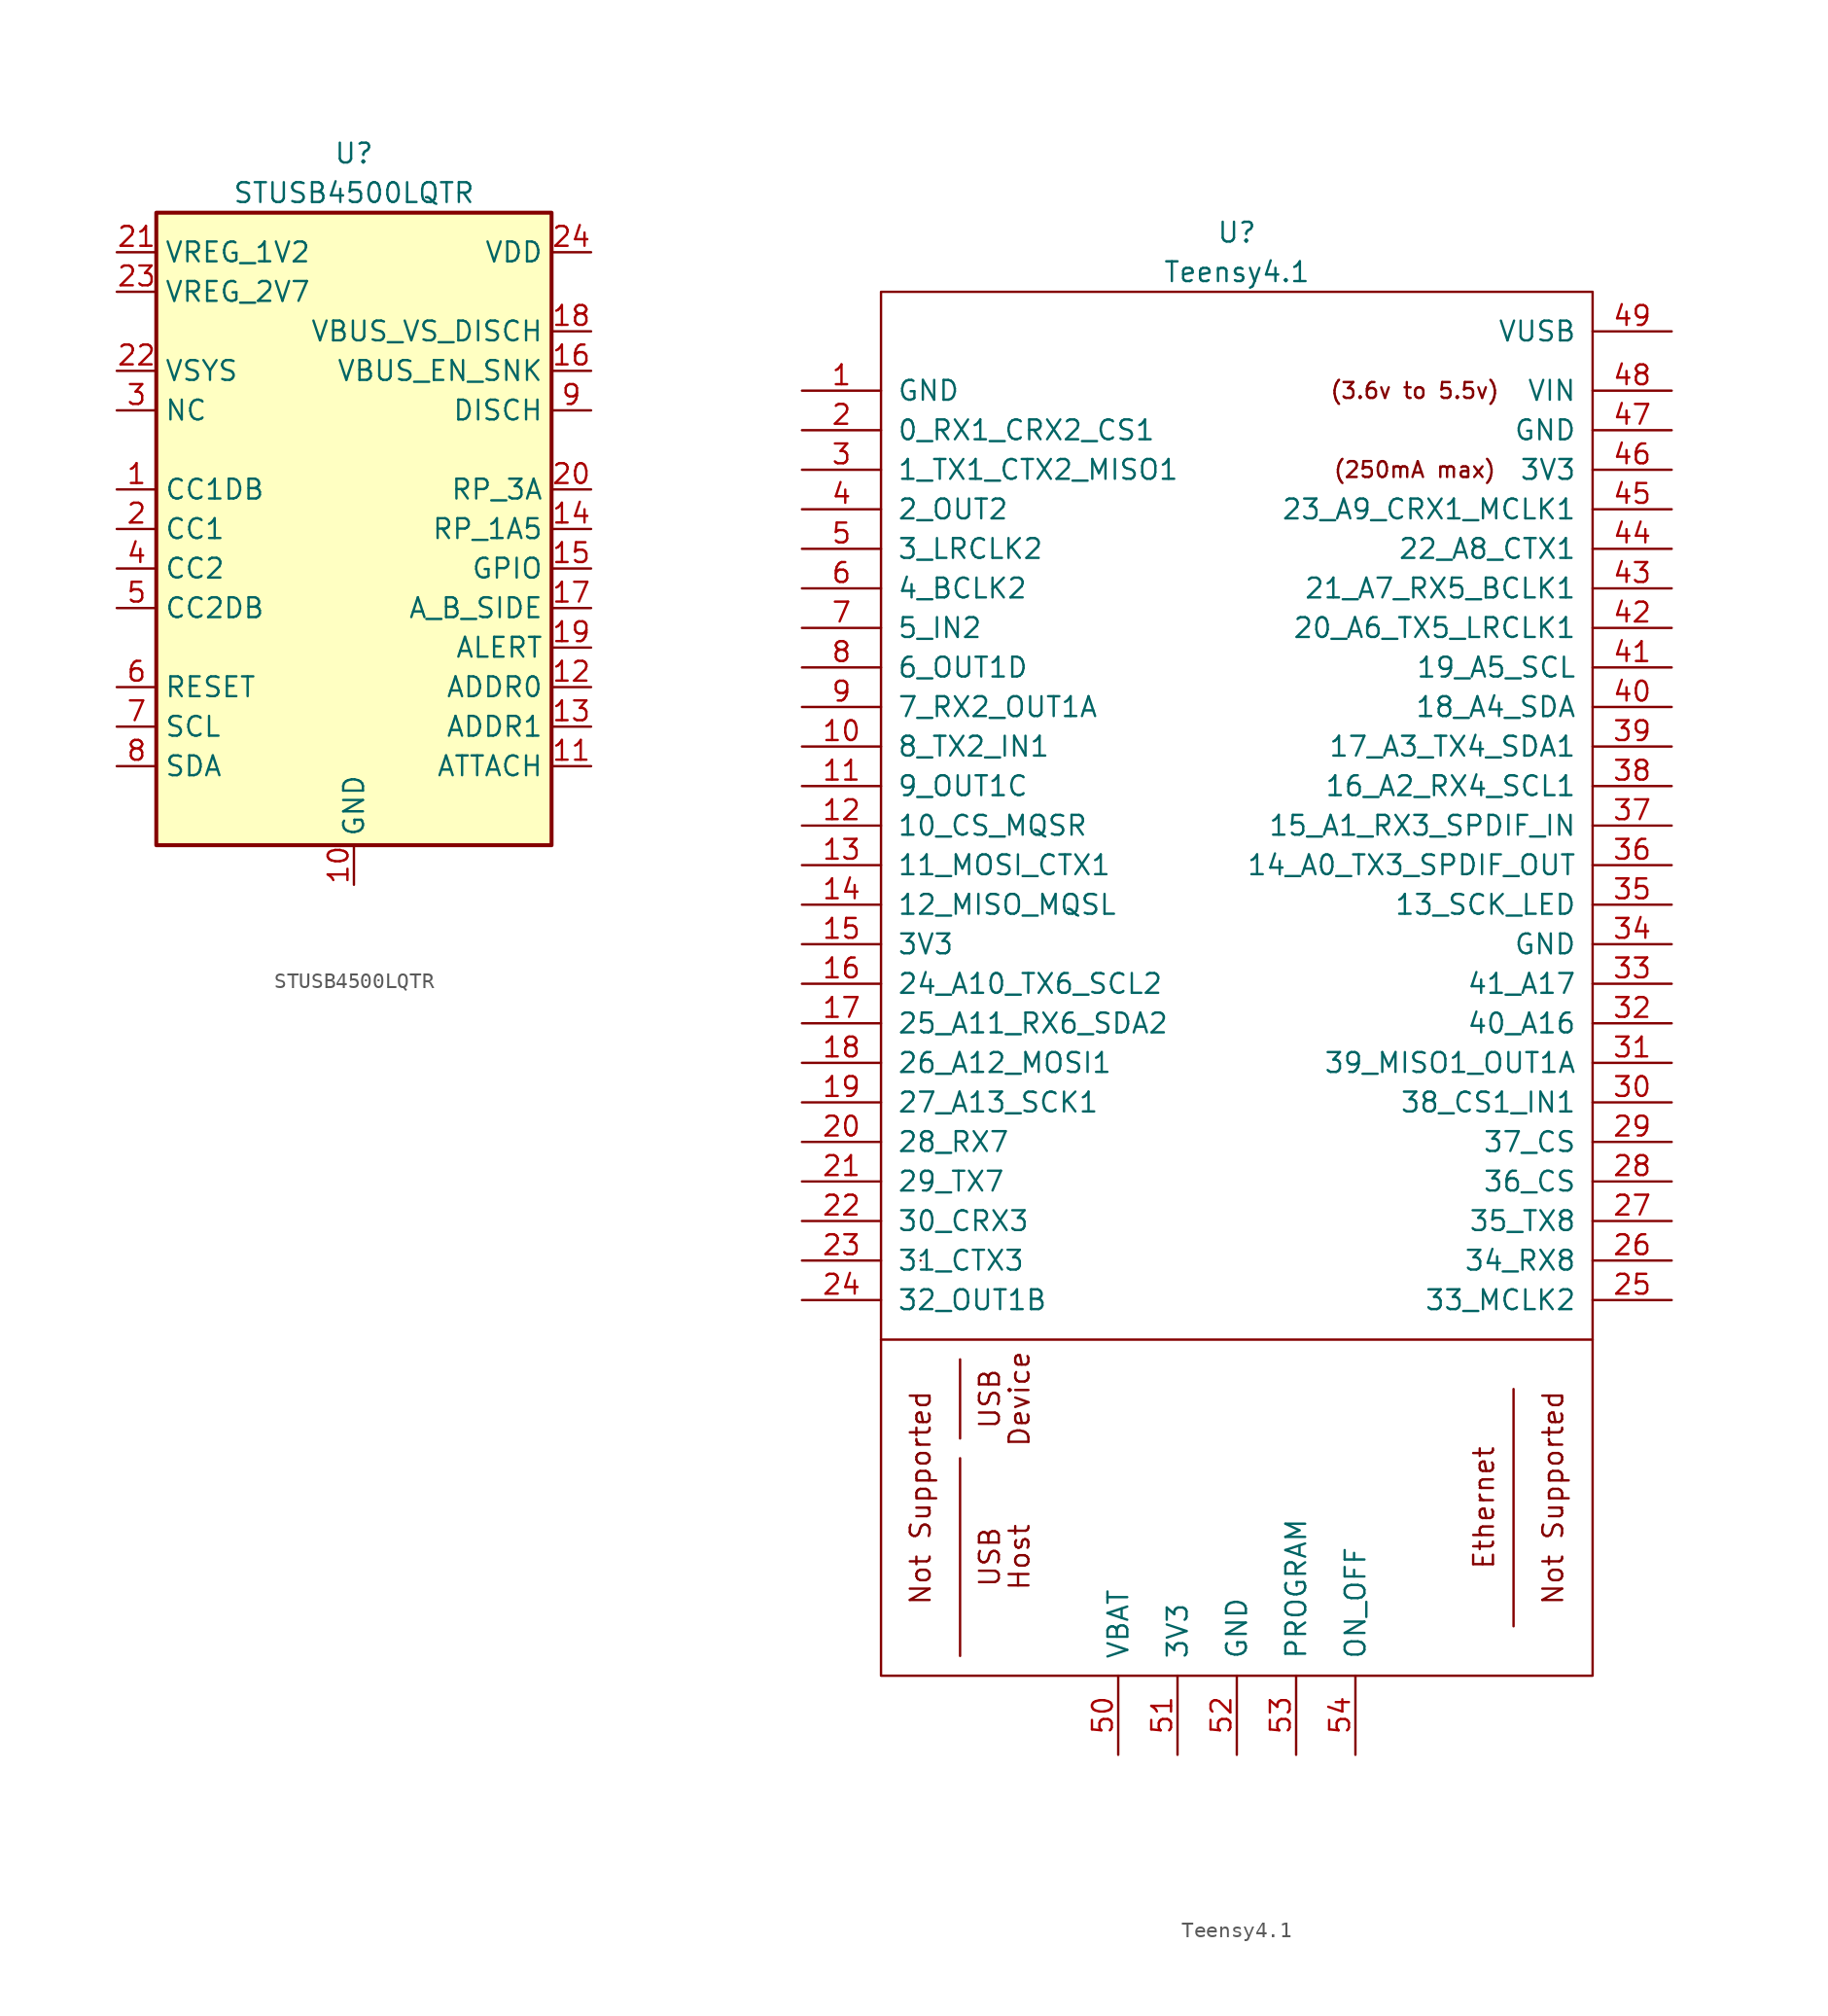
<source format=kicad_sym>
(kicad_symbol_lib
  (version 20211014)
  (generator kicad_symbol_editor)
  (symbol "STUSB4500LQTR"
    (property "Reference" "U"
      (at 0 24.13 0)
      (effects (font (size 1.27 1.27))))
    (property "Value" "STUSB4500LQTR"
      (at 0 21.59 0)
      (effects (font (size 1.27 1.27))))
    (symbol "STUSB4500LQTR_0_1"
      (rectangle (start -12.7 20.32) (end 12.7 -20.32) (stroke (width 0.254) (type default) (color 0 0 0 0)) (fill (type background))))
    (symbol "STUSB4500LQTR_1_1"
      (pin bidirectional line (at -15.24 2.54 0) (length 2.54) (name "CC1DB" (effects (font (size 1.27 1.27)))) (number "1" (effects (font (size 1.27 1.27)))))
      (pin power_in line (at 0 -22.86 90) (length 2.54) (name "GND" (effects (font (size 1.27 1.27)))) (number "10" (effects (font (size 1.27 1.27)))))
      (pin open_collector line (at 15.24 -15.24 180) (length 2.54) (name "ATTACH" (effects (font (size 1.27 1.27)))) (number "11" (effects (font (size 1.27 1.27)))))
      (pin input line (at 15.24 -10.16 180) (length 2.54) (name "ADDR0" (effects (font (size 1.27 1.27)))) (number "12" (effects (font (size 1.27 1.27)))))
      (pin input line (at 15.24 -12.7 180) (length 2.54) (name "ADDR1" (effects (font (size 1.27 1.27)))) (number "13" (effects (font (size 1.27 1.27)))))
      (pin open_collector line (at 15.24 0 180) (length 2.54) (name "RP_1A5" (effects (font (size 1.27 1.27)))) (number "14" (effects (font (size 1.27 1.27)))))
      (pin open_collector line (at 15.24 -2.54 180) (length 2.54) (name "GPIO" (effects (font (size 1.27 1.27)))) (number "15" (effects (font (size 1.27 1.27)))))
      (pin open_collector line (at 15.24 10.16 180) (length 2.54) (name "VBUS_EN_SNK" (effects (font (size 1.27 1.27)))) (number "16" (effects (font (size 1.27 1.27)))))
      (pin open_collector line (at 15.24 -5.08 180) (length 2.54) (name "A_B_SIDE" (effects (font (size 1.27 1.27)))) (number "17" (effects (font (size 1.27 1.27)))))
      (pin input line (at 15.24 12.7 180) (length 2.54) (name "VBUS_VS_DISCH" (effects (font (size 1.27 1.27)))) (number "18" (effects (font (size 1.27 1.27)))))
      (pin open_collector line (at 15.24 -7.62 180) (length 2.54) (name "ALERT" (effects (font (size 1.27 1.27)))) (number "19" (effects (font (size 1.27 1.27)))))
      (pin bidirectional line (at -15.24 0 0) (length 2.54) (name "CC1" (effects (font (size 1.27 1.27)))) (number "2" (effects (font (size 1.27 1.27)))))
      (pin open_collector line (at 15.24 2.54 180) (length 2.54) (name "RP_3A" (effects (font (size 1.27 1.27)))) (number "20" (effects (font (size 1.27 1.27)))))
      (pin power_out line (at -15.24 17.78 0) (length 2.54) (name "VREG_1V2" (effects (font (size 1.27 1.27)))) (number "21" (effects (font (size 1.27 1.27)))))
      (pin power_in line (at -15.24 10.16 0) (length 2.54) (name "VSYS" (effects (font (size 1.27 1.27)))) (number "22" (effects (font (size 1.27 1.27)))))
      (pin power_out line (at -15.24 15.24 0) (length 2.54) (name "VREG_2V7" (effects (font (size 1.27 1.27)))) (number "23" (effects (font (size 1.27 1.27)))))
      (pin power_in line (at 15.24 17.78 180) (length 2.54) (name "VDD" (effects (font (size 1.27 1.27)))) (number "24" (effects (font (size 1.27 1.27)))))
      (pin passive line (at 0 -22.86 90) (length 2.54) hide (name "GND" (effects (font (size 1.27 1.27)))) (number "25" (effects (font (size 1.27 1.27)))))
      (pin input line (at -15.24 7.62 0) (length 2.54) (name "NC" (effects (font (size 1.27 1.27)))) (number "3" (effects (font (size 1.27 1.27)))))
      (pin bidirectional line (at -15.24 -2.54 0) (length 2.54) (name "CC2" (effects (font (size 1.27 1.27)))) (number "4" (effects (font (size 1.27 1.27)))))
      (pin bidirectional line (at -15.24 -5.08 0) (length 2.54) (name "CC2DB" (effects (font (size 1.27 1.27)))) (number "5" (effects (font (size 1.27 1.27)))))
      (pin input line (at -15.24 -10.16 0) (length 2.54) (name "RESET" (effects (font (size 1.27 1.27)))) (number "6" (effects (font (size 1.27 1.27)))))
      (pin input line (at -15.24 -12.7 0) (length 2.54) (name "SCL" (effects (font (size 1.27 1.27)))) (number "7" (effects (font (size 1.27 1.27)))))
      (pin bidirectional line (at -15.24 -15.24 0) (length 2.54) (name "SDA" (effects (font (size 1.27 1.27)))) (number "8" (effects (font (size 1.27 1.27)))))
      (pin bidirectional line (at 15.24 7.62 180) (length 2.54) (name "DISCH" (effects (font (size 1.27 1.27)))) (number "9" (effects (font (size 1.27 1.27)))))))
  (symbol "Teensy4.1"
    (pin_names
      (offset 1.016))
    (property "Reference" "U"
      (at 0 64.77 0)
      (effects (font (size 1.27 1.27))))
    (property "Value" "Teensy4.1"
      (at 0 62.23 0)
      (effects (font (size 1.27 1.27))))
    (symbol "Teensy4.1_0_0"
      (polyline (pts (xy -22.86 -6.35) (xy 22.86 -6.35)) (stroke (width 0) (type default) (color 0 0 0 0)) (fill (type none)))
      (polyline (pts (xy -17.78 -26.67) (xy -17.78 -13.97)) (stroke (width 0) (type default) (color 0 0 0 0)) (fill (type none)))
      (polyline (pts (xy -17.78 -7.62) (xy -17.78 -12.7)) (stroke (width 0) (type default) (color 0 0 0 0)) (fill (type none)))
      (polyline (pts (xy 17.78 -9.525) (xy 17.78 -24.765)) (stroke (width 0) (type default) (color 0 0 0 0)) (fill (type none)))
      (text "(250mA max)" (at 11.43 49.53 0) (effects (font (size 1.016 1.016))))
      (text "(3.6v to 5.5v)" (at 11.43 54.61 0) (effects (font (size 1.016 1.016))))
      (text "Device" (at -13.97 -10.16 900) (effects (font (size 1.27 1.27))))
      (text "Ethernet" (at 15.875 -17.145 900) (effects (font (size 1.27 1.27))))
      (text "Host" (at -13.97 -20.32 900) (effects (font (size 1.27 1.27))))
      (text "Not Supported" (at -20.32 -16.51 900) (effects (font (size 1.27 1.27))))
      (text "Not Supported" (at 20.32 -16.51 900) (effects (font (size 1.27 1.27))))
      (text "USB" (at -15.875 -20.32 900) (effects (font (size 1.27 1.27))))
      (text "USB" (at -15.875 -10.16 900) (effects (font (size 1.27 1.27))))
      (pin bidirectional line (at -27.94 31.75 0) (length 5.08) (name "8_TX2_IN1" (effects (font (size 1.27 1.27)))) (number "10" (effects (font (size 1.27 1.27)))))
      (pin bidirectional line (at -27.94 29.21 0) (length 5.08) (name "9_OUT1C" (effects (font (size 1.27 1.27)))) (number "11" (effects (font (size 1.27 1.27)))))
      (pin bidirectional line (at -27.94 26.67 0) (length 5.08) (name "10_CS_MQSR" (effects (font (size 1.27 1.27)))) (number "12" (effects (font (size 1.27 1.27)))))
      (pin bidirectional line (at -27.94 24.13 0) (length 5.08) (name "11_MOSI_CTX1" (effects (font (size 1.27 1.27)))) (number "13" (effects (font (size 1.27 1.27)))))
      (pin bidirectional line (at -27.94 21.59 0) (length 5.08) (name "12_MISO_MQSL" (effects (font (size 1.27 1.27)))) (number "14" (effects (font (size 1.27 1.27)))))
      (pin power_in line (at -27.94 19.05 0) (length 5.08) (name "3V3" (effects (font (size 1.27 1.27)))) (number "15" (effects (font (size 1.27 1.27)))))
      (pin bidirectional line (at -27.94 16.51 0) (length 5.08) (name "24_A10_TX6_SCL2" (effects (font (size 1.27 1.27)))) (number "16" (effects (font (size 1.27 1.27)))))
      (pin bidirectional line (at -27.94 13.97 0) (length 5.08) (name "25_A11_RX6_SDA2" (effects (font (size 1.27 1.27)))) (number "17" (effects (font (size 1.27 1.27)))))
      (pin bidirectional line (at -27.94 11.43 0) (length 5.08) (name "26_A12_MOSI1" (effects (font (size 1.27 1.27)))) (number "18" (effects (font (size 1.27 1.27)))))
      (pin bidirectional line (at -27.94 8.89 0) (length 5.08) (name "27_A13_SCK1" (effects (font (size 1.27 1.27)))) (number "19" (effects (font (size 1.27 1.27)))))
      (pin bidirectional line (at -27.94 6.35 0) (length 5.08) (name "28_RX7" (effects (font (size 1.27 1.27)))) (number "20" (effects (font (size 1.27 1.27)))))
      (pin bidirectional line (at -27.94 3.81 0) (length 5.08) (name "29_TX7" (effects (font (size 1.27 1.27)))) (number "21" (effects (font (size 1.27 1.27)))))
      (pin bidirectional line (at -27.94 1.27 0) (length 5.08) (name "30_CRX3" (effects (font (size 1.27 1.27)))) (number "22" (effects (font (size 1.27 1.27)))))
      (pin bidirectional line (at -27.94 -1.27 0) (length 5.08) (name "31_CTX3" (effects (font (size 1.27 1.27)))) (number "23" (effects (font (size 1.27 1.27)))))
      (pin bidirectional line (at -27.94 -3.81 0) (length 5.08) (name "32_OUT1B" (effects (font (size 1.27 1.27)))) (number "24" (effects (font (size 1.27 1.27)))))
      (pin bidirectional line (at 27.94 -3.81 180) (length 5.08) (name "33_MCLK2" (effects (font (size 1.27 1.27)))) (number "25" (effects (font (size 1.27 1.27)))))
      (pin bidirectional line (at 27.94 -1.27 180) (length 5.08) (name "34_RX8" (effects (font (size 1.27 1.27)))) (number "26" (effects (font (size 1.27 1.27)))))
      (pin bidirectional line (at 27.94 1.27 180) (length 5.08) (name "35_TX8" (effects (font (size 1.27 1.27)))) (number "27" (effects (font (size 1.27 1.27)))))
      (pin bidirectional line (at 27.94 3.81 180) (length 5.08) (name "36_CS" (effects (font (size 1.27 1.27)))) (number "28" (effects (font (size 1.27 1.27)))))
      (pin bidirectional line (at 27.94 6.35 180) (length 5.08) (name "37_CS" (effects (font (size 1.27 1.27)))) (number "29" (effects (font (size 1.27 1.27)))))
      (pin bidirectional line (at 27.94 8.89 180) (length 5.08) (name "38_CS1_IN1" (effects (font (size 1.27 1.27)))) (number "30" (effects (font (size 1.27 1.27)))))
      (pin bidirectional line (at 27.94 11.43 180) (length 5.08) (name "39_MISO1_OUT1A" (effects (font (size 1.27 1.27)))) (number "31" (effects (font (size 1.27 1.27)))))
      (pin bidirectional line (at 27.94 13.97 180) (length 5.08) (name "40_A16" (effects (font (size 1.27 1.27)))) (number "32" (effects (font (size 1.27 1.27)))))
      (pin bidirectional line (at 27.94 16.51 180) (length 5.08) (name "41_A17" (effects (font (size 1.27 1.27)))) (number "33" (effects (font (size 1.27 1.27)))))
      (pin bidirectional line (at 27.94 21.59 180) (length 5.08) (name "13_SCK_LED" (effects (font (size 1.27 1.27)))) (number "35" (effects (font (size 1.27 1.27)))))
      (pin bidirectional line (at 27.94 24.13 180) (length 5.08) (name "14_A0_TX3_SPDIF_OUT" (effects (font (size 1.27 1.27)))) (number "36" (effects (font (size 1.27 1.27)))))
      (pin bidirectional line (at 27.94 26.67 180) (length 5.08) (name "15_A1_RX3_SPDIF_IN" (effects (font (size 1.27 1.27)))) (number "37" (effects (font (size 1.27 1.27)))))
      (pin bidirectional line (at 27.94 29.21 180) (length 5.08) (name "16_A2_RX4_SCL1" (effects (font (size 1.27 1.27)))) (number "38" (effects (font (size 1.27 1.27)))))
      (pin bidirectional line (at 27.94 31.75 180) (length 5.08) (name "17_A3_TX4_SDA1" (effects (font (size 1.27 1.27)))) (number "39" (effects (font (size 1.27 1.27)))))
      (pin bidirectional line (at 27.94 34.29 180) (length 5.08) (name "18_A4_SDA" (effects (font (size 1.27 1.27)))) (number "40" (effects (font (size 1.27 1.27)))))
      (pin bidirectional line (at 27.94 36.83 180) (length 5.08) (name "19_A5_SCL" (effects (font (size 1.27 1.27)))) (number "41" (effects (font (size 1.27 1.27)))))
      (pin bidirectional line (at 27.94 39.37 180) (length 5.08) (name "20_A6_TX5_LRCLK1" (effects (font (size 1.27 1.27)))) (number "42" (effects (font (size 1.27 1.27)))))
      (pin bidirectional line (at 27.94 41.91 180) (length 5.08) (name "21_A7_RX5_BCLK1" (effects (font (size 1.27 1.27)))) (number "43" (effects (font (size 1.27 1.27)))))
      (pin bidirectional line (at 27.94 44.45 180) (length 5.08) (name "22_A8_CTX1" (effects (font (size 1.27 1.27)))) (number "44" (effects (font (size 1.27 1.27)))))
      (pin bidirectional line (at 27.94 46.99 180) (length 5.08) (name "23_A9_CRX1_MCLK1" (effects (font (size 1.27 1.27)))) (number "45" (effects (font (size 1.27 1.27)))))
      (pin power_in line (at 27.94 49.53 180) (length 5.08) (name "3V3" (effects (font (size 1.27 1.27)))) (number "46" (effects (font (size 1.27 1.27)))))
      (pin power_in line (at 27.94 52.07 180) (length 5.08) (name "GND" (effects (font (size 1.27 1.27)))) (number "47" (effects (font (size 1.27 1.27)))))
      (pin power_in line (at 27.94 54.61 180) (length 5.08) (name "VIN" (effects (font (size 1.27 1.27)))) (number "48" (effects (font (size 1.27 1.27)))))
      (pin power_out line (at 27.94 58.42 180) (length 5.08) (name "VUSB" (effects (font (size 1.27 1.27)))) (number "49" (effects (font (size 1.27 1.27)))))
      (pin bidirectional line (at -27.94 44.45 0) (length 5.08) (name "3_LRCLK2" (effects (font (size 1.27 1.27)))) (number "5" (effects (font (size 1.27 1.27)))))
      (pin power_in line (at -7.62 -33.02 90) (length 5.08) (name "VBAT" (effects (font (size 1.27 1.27)))) (number "50" (effects (font (size 1.27 1.27)))))
      (pin power_in line (at -3.81 -33.02 90) (length 5.08) (name "3V3" (effects (font (size 1.27 1.27)))) (number "51" (effects (font (size 1.27 1.27)))))
      (pin power_out line (at 0 -33.02 90) (length 5.08) (name "GND" (effects (font (size 1.27 1.27)))) (number "52" (effects (font (size 1.27 1.27)))))
      (pin input line (at 3.81 -33.02 90) (length 5.08) (name "PROGRAM" (effects (font (size 1.27 1.27)))) (number "53" (effects (font (size 1.27 1.27)))))
      (pin input line (at 7.62 -33.02 90) (length 5.08) (name "ON_OFF" (effects (font (size 1.27 1.27)))) (number "54" (effects (font (size 1.27 1.27)))))
      (pin bidirectional line (at -27.94 41.91 0) (length 5.08) (name "4_BCLK2" (effects (font (size 1.27 1.27)))) (number "6" (effects (font (size 1.27 1.27)))))
      (pin bidirectional line (at -27.94 39.37 0) (length 5.08) (name "5_IN2" (effects (font (size 1.27 1.27)))) (number "7" (effects (font (size 1.27 1.27)))))
      (pin bidirectional line (at -27.94 36.83 0) (length 5.08) (name "6_OUT1D" (effects (font (size 1.27 1.27)))) (number "8" (effects (font (size 1.27 1.27)))))
      (pin bidirectional line (at -27.94 34.29 0) (length 5.08) (name "7_RX2_OUT1A" (effects (font (size 1.27 1.27)))) (number "9" (effects (font (size 1.27 1.27))))))
    (symbol "Teensy4.1_0_1"
      (rectangle (start -22.86 60.96) (end 22.86 -27.94) (stroke (width 0) (type default) (color 0 0 0 0)) (fill (type none)))
      (rectangle (start -20.32 -1.27) (end -20.32 -1.27) (stroke (width 0) (type default) (color 0 0 0 0)) (fill (type none))))
    (symbol "Teensy4.1_1_1"
      (pin power_in line (at -27.94 54.61 0) (length 5.08) (name "GND" (effects (font (size 1.27 1.27)))) (number "1" (effects (font (size 1.27 1.27)))))
      (pin bidirectional line (at -27.94 52.07 0) (length 5.08) (name "0_RX1_CRX2_CS1" (effects (font (size 1.27 1.27)))) (number "2" (effects (font (size 1.27 1.27)))))
      (pin bidirectional line (at -27.94 49.53 0) (length 5.08) (name "1_TX1_CTX2_MISO1" (effects (font (size 1.27 1.27)))) (number "3" (effects (font (size 1.27 1.27)))))
      (pin power_in line (at 27.94 19.05 180) (length 5.08) (name "GND" (effects (font (size 1.27 1.27)))) (number "34" (effects (font (size 1.27 1.27)))))
      (pin bidirectional line (at -27.94 46.99 0) (length 5.08) (name "2_OUT2" (effects (font (size 1.27 1.27)))) (number "4" (effects (font (size 1.27 1.27))))))))
</source>
